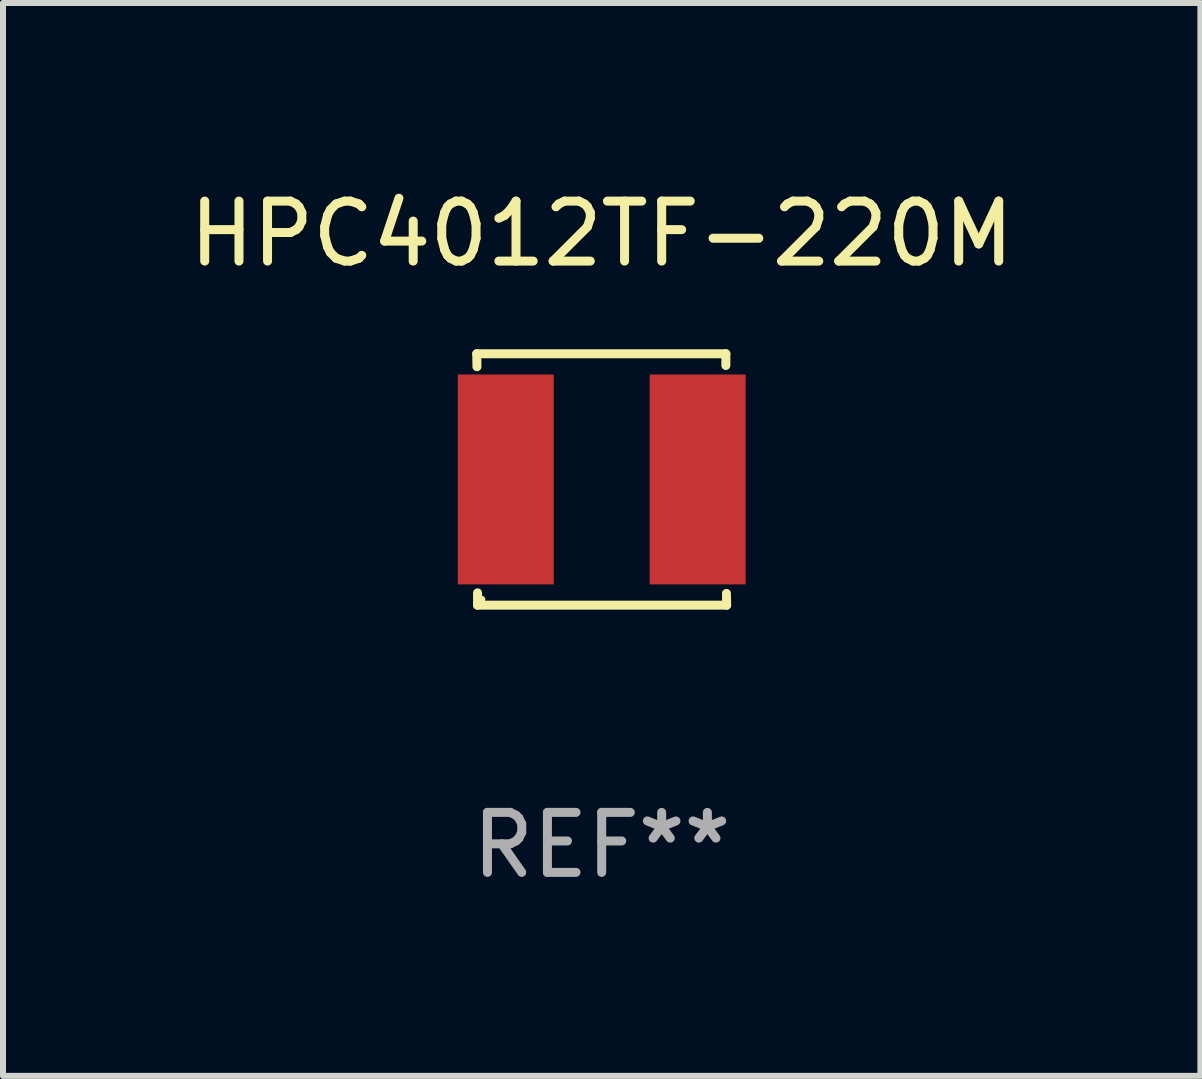
<source format=kicad_pcb>
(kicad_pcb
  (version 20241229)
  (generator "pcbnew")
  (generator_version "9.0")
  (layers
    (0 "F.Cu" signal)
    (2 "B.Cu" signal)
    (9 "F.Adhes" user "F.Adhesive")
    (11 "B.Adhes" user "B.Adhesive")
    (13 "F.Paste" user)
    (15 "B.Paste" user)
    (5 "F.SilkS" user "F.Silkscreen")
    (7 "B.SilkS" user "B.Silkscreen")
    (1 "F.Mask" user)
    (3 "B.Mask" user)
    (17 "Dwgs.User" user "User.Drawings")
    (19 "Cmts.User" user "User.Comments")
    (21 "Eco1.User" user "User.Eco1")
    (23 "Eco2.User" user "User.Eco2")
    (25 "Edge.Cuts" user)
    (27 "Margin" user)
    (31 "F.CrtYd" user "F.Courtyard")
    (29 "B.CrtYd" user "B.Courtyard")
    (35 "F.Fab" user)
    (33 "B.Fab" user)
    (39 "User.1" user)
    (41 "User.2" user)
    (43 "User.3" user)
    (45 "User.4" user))
  (footprint "HPC4012TF-220M"
    (layer "F.Cu")
    (at 6.982 4.944)
    (property "Reference" "HPC4012TF-220M" (at 0 -4.096 0) (layer "F.SilkS") (effects (font (size 1 1) (thickness 0.15))))
    (attr through_hole)
    (fp_line (start -2.083 -2.096) (end -2.08 -1.88) (stroke (width 0.15) (type solid)) (layer "F.SilkS"))
    (fp_line (start -2.07 1.89) (end -2.07 2.096) (stroke (width 0.15) (type solid)) (layer "F.SilkS"))
    (fp_line (start -2.07 2.096) (end 2.083 2.096) (stroke (width 0.15) (type solid)) (layer "F.SilkS"))
    (fp_line (start 2.07 -1.9) (end 2.07 -2.096) (stroke (width 0.15) (type solid)) (layer "F.SilkS"))
    (fp_line (start 2.07 -2.096) (end -2.083 -2.096) (stroke (width 0.15) (type solid)) (layer "F.SilkS"))
    (fp_line (start 2.083 2.096) (end 2.08 1.9) (stroke (width 0.15) (type solid)) (layer "F.SilkS"))
    (fp_circle (center -2 2) (end -1.97 2) (stroke (width 0.06) (type solid)) (fill no) (layer "F.SilkS"))
    (fp_text user "REF**" (at 0 6.096 0) (layer "F.Fab") (effects (font (size 1 1) (thickness 0.15))))
    (pad "1" smd rect (at -1.6 -0.000343) (size 1.6 3.5) (layers "F.Cu" "F.Mask" "F.Paste"))
    (pad "2" smd rect (at 1.6 -0.000343) (size 1.6 3.5) (layers "F.Cu" "F.Mask" "F.Paste")))
  (gr_rect
    (start -3 -3)
    (end 16.964 14.888)
    (stroke (width 0.1) (type default))
    (fill no)
    (layer "Edge.Cuts")))
</source>
